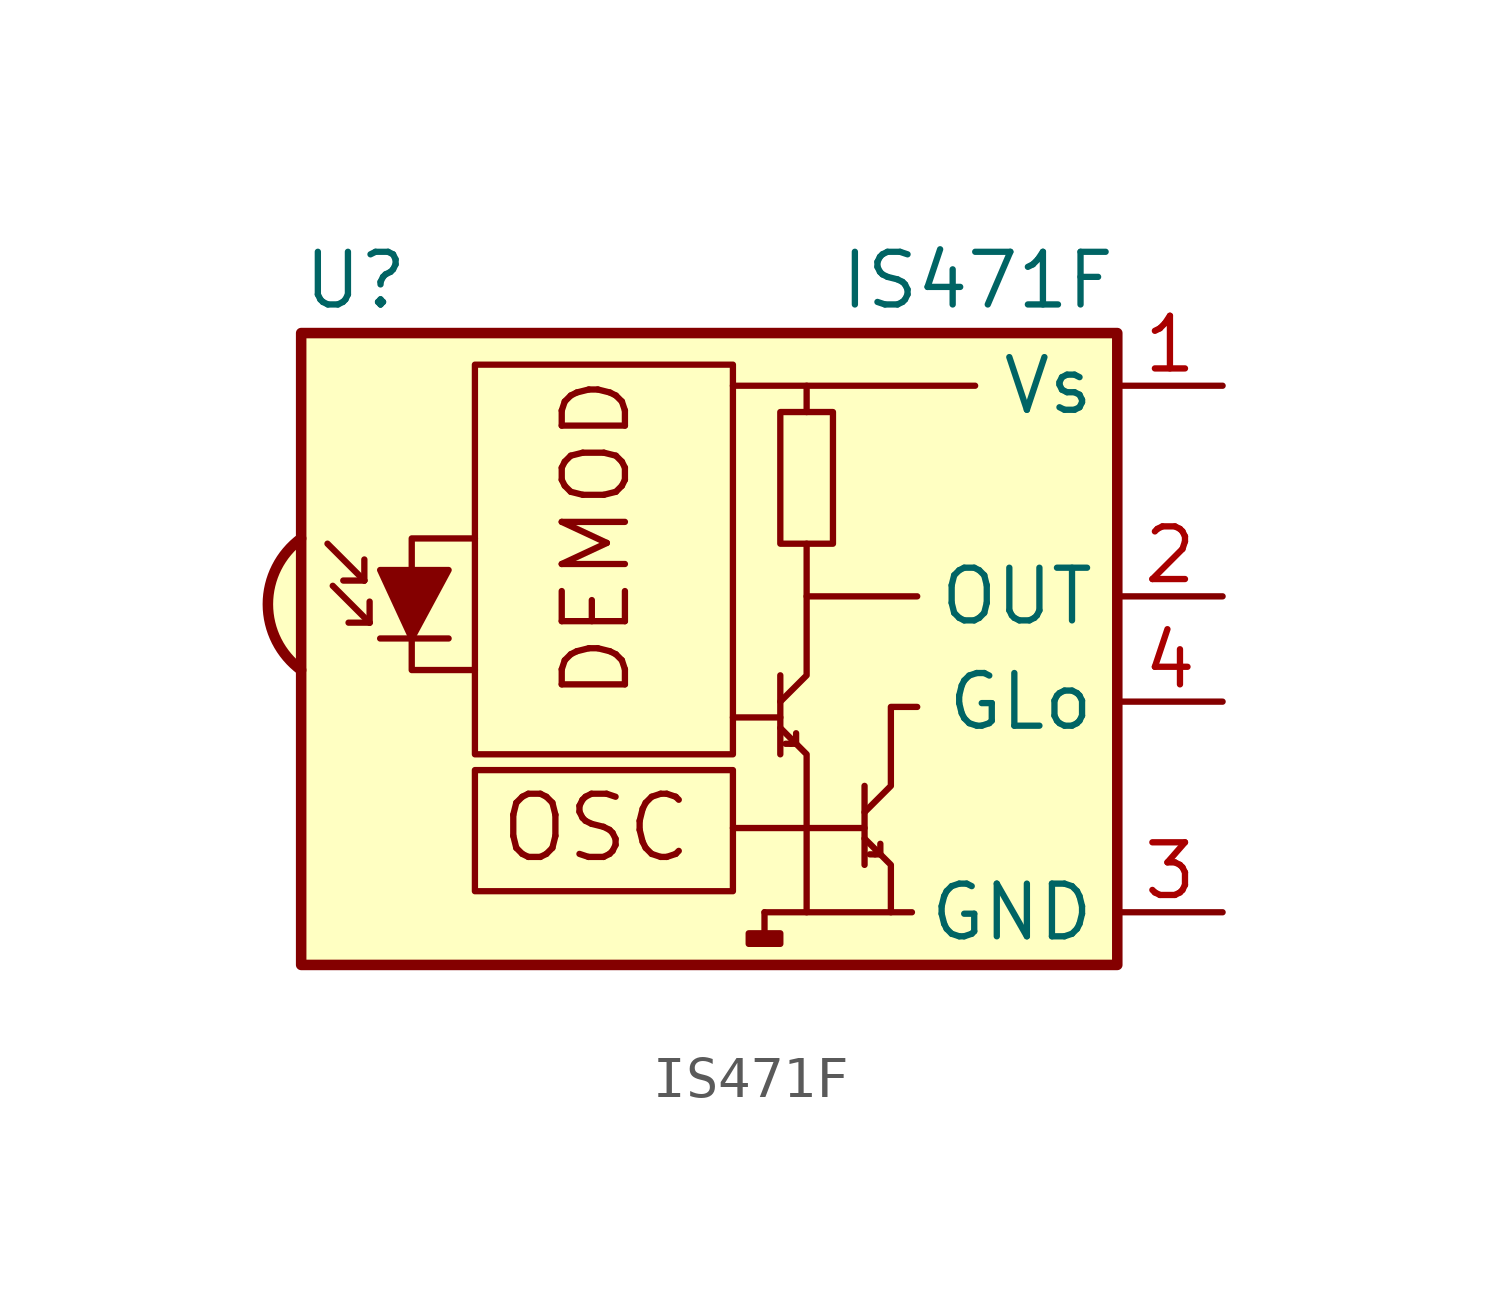
<source format=kicad_sym>
(kicad_symbol_lib
  (version 20211014)
  (generator kicad_symbol_editor)
  (symbol "IS471F"
    (property "Reference" "U"
      (at -12.065 7.62 0)
      (effects (font (size 1.27 1.27)) (justify left)))
    (property "Value" "IS471F"
      (at 7.62 7.62 0)
      (effects (font (size 1.27 1.27)) (justify right)))
    (symbol "IS471F_0_0"
      (arc (start -12.065 1.397) (mid -12.8679 -0.1852) (end -12.065 -1.778) (stroke (width 0.254) (type default) (color 0 0 0 0)) (fill (type background)))
      (rectangle (start -7.874 -4.191) (end -1.651 -7.112) (stroke (width 0) (type default) (color 0 0 0 0)) (fill (type none)))
      (rectangle (start -1.27 -8.128) (end -0.508 -8.382) (stroke (width 0) (type default) (color 0 0 0 0)) (fill (type outline)))
      (polyline (pts (xy -0.889 -7.62) (xy -0.889 -8.128)) (stroke (width 0) (type default) (color 0 0 0 0)) (fill (type none)))
      (polyline (pts (xy 0.127 5.08) (xy -1.651 5.08)) (stroke (width 0) (type default) (color 0 0 0 0)) (fill (type none)))
      (polyline (pts (xy 2.667 -7.62) (xy -0.889 -7.62)) (stroke (width 0) (type default) (color 0 0 0 0)) (fill (type none)))
      (polyline (pts (xy -0.508 -3.175) (xy 0.127 -3.81) (xy 0.127 -7.62)) (stroke (width 0) (type default) (color 0 0 0 0)) (fill (type none)))
      (polyline (pts (xy 1.524 -5.842) (xy 2.159 -6.477) (xy 2.159 -7.62)) (stroke (width 0) (type default) (color 0 0 0 0)) (fill (type none)))
      (text "DEMOD" (at -4.953 1.397 900) (effects (font (size 1.524 1.524))))
      (text "OSC" (at -4.953 -5.588 0) (effects (font (size 1.524 1.524)))))
    (symbol "IS471F_0_1"
      (rectangle (start -7.874 5.588) (end -1.651 -3.81) (stroke (width 0) (type default) (color 0 0 0 0)) (fill (type none)))
      (polyline (pts (xy -10.541 0.381) (xy -11.43 1.27)) (stroke (width 0) (type default) (color 0 0 0 0)) (fill (type none)))
      (polyline (pts (xy -10.541 0.381) (xy -11.049 0.381)) (stroke (width 0) (type default) (color 0 0 0 0)) (fill (type none)))
      (polyline (pts (xy -10.541 0.381) (xy -10.541 0.889)) (stroke (width 0) (type default) (color 0 0 0 0)) (fill (type none)))
      (polyline (pts (xy -10.414 -0.635) (xy -11.303 0.254)) (stroke (width 0) (type default) (color 0 0 0 0)) (fill (type none)))
      (polyline (pts (xy -10.414 -0.635) (xy -10.922 -0.635)) (stroke (width 0) (type default) (color 0 0 0 0)) (fill (type none)))
      (polyline (pts (xy -10.414 -0.635) (xy -10.414 -0.127)) (stroke (width 0) (type default) (color 0 0 0 0)) (fill (type none)))
      (polyline (pts (xy -10.16 -1.016) (xy -8.509 -1.016)) (stroke (width 0) (type default) (color 0 0 0 0)) (fill (type none)))
      (polyline (pts (xy -0.508 -2.921) (xy -1.651 -2.921)) (stroke (width 0) (type default) (color 0 0 0 0)) (fill (type none)))
      (polyline (pts (xy -0.508 -1.905) (xy -0.508 -3.81)) (stroke (width 0) (type default) (color 0 0 0 0)) (fill (type none)))
      (polyline (pts (xy -0.381 -3.556) (xy -0.254 -3.556)) (stroke (width 0) (type default) (color 0 0 0 0)) (fill (type none)))
      (polyline (pts (xy -0.127 -3.556) (xy -0.254 -3.556)) (stroke (width 0) (type default) (color 0 0 0 0)) (fill (type none)))
      (polyline (pts (xy -0.127 -3.556) (xy -0.127 -3.302)) (stroke (width 0) (type default) (color 0 0 0 0)) (fill (type none)))
      (polyline (pts (xy 0.127 0) (xy 0.127 1.27)) (stroke (width 0) (type default) (color 0 0 0 0)) (fill (type none)))
      (polyline (pts (xy 1.524 -5.588) (xy -1.651 -5.588)) (stroke (width 0) (type default) (color 0 0 0 0)) (fill (type none)))
      (polyline (pts (xy 1.524 -4.572) (xy 1.524 -6.477)) (stroke (width 0) (type default) (color 0 0 0 0)) (fill (type none)))
      (polyline (pts (xy 1.651 -6.223) (xy 1.778 -6.223)) (stroke (width 0) (type default) (color 0 0 0 0)) (fill (type none)))
      (polyline (pts (xy 1.905 -6.223) (xy 1.778 -6.223)) (stroke (width 0) (type default) (color 0 0 0 0)) (fill (type none)))
      (polyline (pts (xy 1.905 -6.223) (xy 1.905 -5.969)) (stroke (width 0) (type default) (color 0 0 0 0)) (fill (type none)))
      (polyline (pts (xy 0.127 4.445) (xy 0.127 5.08) (xy 4.191 5.08)) (stroke (width 0) (type default) (color 0 0 0 0)) (fill (type none)))
      (polyline (pts (xy -10.16 0.635) (xy -8.509 0.635) (xy -9.398 -1.016) (xy -10.16 0.635)) (stroke (width 0) (type default) (color 0 0 0 0)) (fill (type outline)))
      (polyline (pts (xy -7.874 1.397) (xy -9.398 1.397) (xy -9.398 -1.778) (xy -7.874 -1.778)) (stroke (width 0) (type default) (color 0 0 0 0)) (fill (type none)))
      (polyline (pts (xy -0.508 -2.54) (xy 0.127 -1.905) (xy 0.127 0) (xy 2.794 0)) (stroke (width 0) (type default) (color 0 0 0 0)) (fill (type none)))
      (polyline (pts (xy 1.524 -5.207) (xy 2.159 -4.572) (xy 2.159 -2.667) (xy 2.794 -2.667)) (stroke (width 0) (type default) (color 0 0 0 0)) (fill (type none)))
      (rectangle (start 0.762 1.27) (end -0.508 4.445) (stroke (width 0) (type default) (color 0 0 0 0)) (fill (type none)))
      (rectangle (start 7.62 6.35) (end -12.065 -8.89) (stroke (width 0.254) (type default) (color 0 0 0 0)) (fill (type background))))
    (symbol "IS471F_1_1"
      (pin power_in line (at 10.16 5.08 180) (length 2.54) (name "Vs" (effects (font (size 1.27 1.27)))) (number "1" (effects (font (size 1.27 1.27)))))
      (pin output line (at 10.16 0 180) (length 2.54) (name "OUT" (effects (font (size 1.27 1.27)))) (number "2" (effects (font (size 1.27 1.27)))))
      (pin power_in line (at 10.16 -7.62 180) (length 2.54) (name "GND" (effects (font (size 1.27 1.27)))) (number "3" (effects (font (size 1.27 1.27)))))
      (pin open_collector line (at 10.16 -2.54 180) (length 2.54) (name "GLo" (effects (font (size 1.27 1.27)))) (number "4" (effects (font (size 1.27 1.27))))))))
</source>
